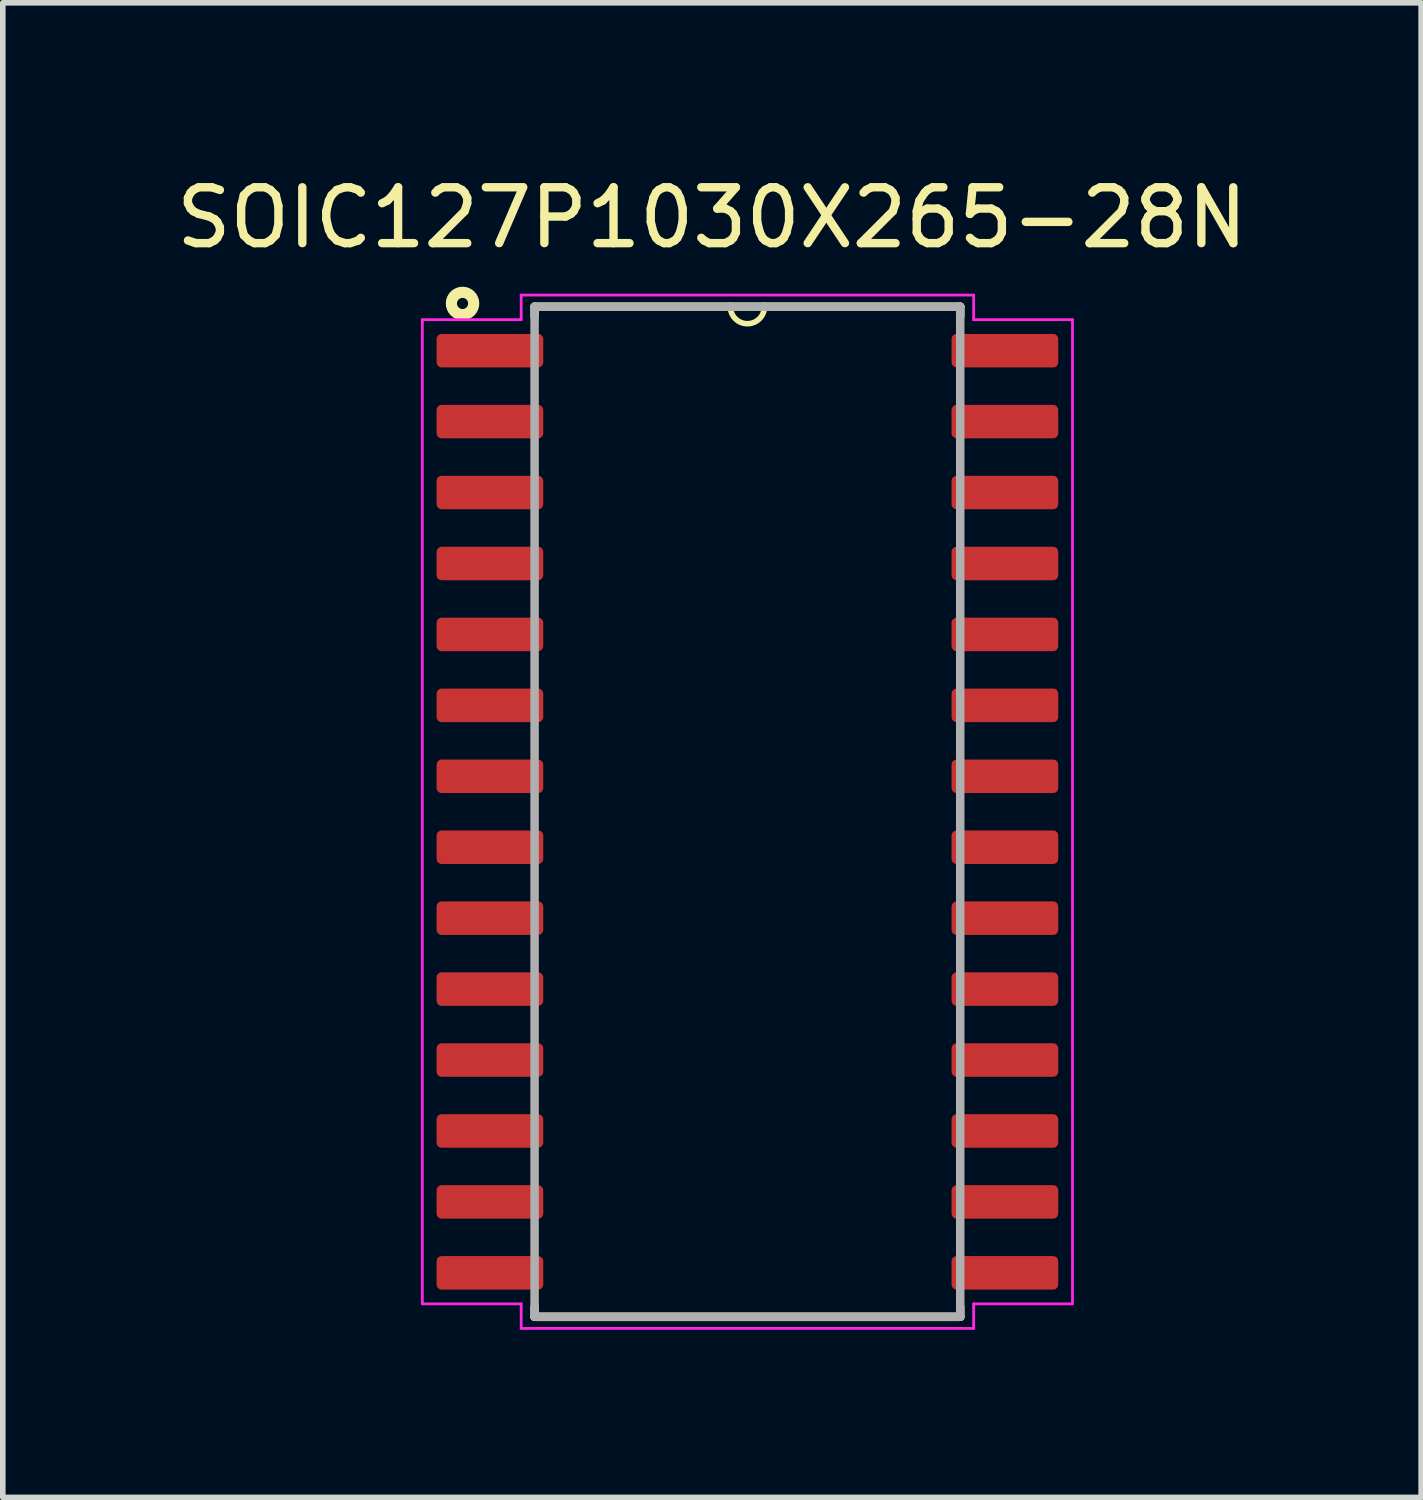
<source format=kicad_pcb>
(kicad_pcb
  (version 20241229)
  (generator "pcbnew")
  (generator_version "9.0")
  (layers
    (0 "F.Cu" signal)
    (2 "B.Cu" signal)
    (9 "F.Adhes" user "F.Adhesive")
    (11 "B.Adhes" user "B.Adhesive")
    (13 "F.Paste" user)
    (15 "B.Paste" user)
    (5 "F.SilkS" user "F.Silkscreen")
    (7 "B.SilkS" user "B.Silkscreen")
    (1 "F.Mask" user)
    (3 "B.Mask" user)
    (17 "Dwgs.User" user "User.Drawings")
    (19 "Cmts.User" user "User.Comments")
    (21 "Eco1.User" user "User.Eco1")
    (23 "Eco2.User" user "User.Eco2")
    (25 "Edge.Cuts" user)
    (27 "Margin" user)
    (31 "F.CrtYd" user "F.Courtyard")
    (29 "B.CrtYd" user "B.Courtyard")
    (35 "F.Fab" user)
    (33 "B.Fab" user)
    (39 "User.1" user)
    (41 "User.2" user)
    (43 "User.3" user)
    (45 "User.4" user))
  (footprint "SOIC127P1030X265-28N"
    (layer "F.Cu")
    (at 10.331 11.483)
    (property "Reference" "SOIC127P1030X265-28N" (at -0.635 -10.635 0) (layer "F.SilkS") (effects (font (size 1 1) (thickness 0.15))))
    (attr through_hole)
    (fp_line (start -3.81 -9.042) (end -3.81 -8.865) (stroke (width 0.152) (type solid)) (layer "F.SilkS"))
    (fp_line (start -3.81 8.865) (end -3.81 9.042) (stroke (width 0.152) (type solid)) (layer "F.SilkS"))
    (fp_line (start -3.81 9.042) (end 3.81 9.042) (stroke (width 0.152) (type solid)) (layer "F.SilkS"))
    (fp_line (start -0.305 -9.042) (end -3.81 -9.042) (stroke (width 0.152) (type solid)) (layer "F.SilkS"))
    (fp_line (start 0.305 -9.042) (end -0.305 -9.042) (stroke (width 0.152) (type solid)) (layer "F.SilkS"))
    (fp_line (start 3.81 -9.042) (end 0.305 -9.042) (stroke (width 0.152) (type solid)) (layer "F.SilkS"))
    (fp_line (start 3.81 -8.865) (end 3.81 -9.042) (stroke (width 0.152) (type solid)) (layer "F.SilkS"))
    (fp_line (start 3.81 9.042) (end 3.81 8.865) (stroke (width 0.152) (type solid)) (layer "F.SilkS"))
    (fp_arc (start 0.3048 -9.0424) (mid 0 -8.7376) (end -0.3048 -9.0424) (stroke (width 0.1) (type solid)) (layer "F.SilkS"))
    (fp_circle (center -5.1 -9.1) (end -4.9 -9.1) (stroke (width 0.2) (type solid)) (fill no) (layer "F.SilkS"))
    (fp_line (start -5.82 -8.81) (end -4.05 -8.81) (stroke (width 0.05) (type solid)) (layer "F.CrtYd"))
    (fp_line (start -5.82 8.81) (end -5.82 -8.81) (stroke (width 0.05) (type solid)) (layer "F.CrtYd"))
    (fp_line (start -4.05 -9.25) (end 4.05 -9.25) (stroke (width 0.05) (type solid)) (layer "F.CrtYd"))
    (fp_line (start -4.05 -8.81) (end -4.05 -9.25) (stroke (width 0.05) (type solid)) (layer "F.CrtYd"))
    (fp_line (start -4.05 8.81) (end -5.82 8.81) (stroke (width 0.05) (type solid)) (layer "F.CrtYd"))
    (fp_line (start -4.05 9.25) (end -4.05 8.81) (stroke (width 0.05) (type solid)) (layer "F.CrtYd"))
    (fp_line (start 4.05 -9.25) (end 4.05 -8.81) (stroke (width 0.05) (type solid)) (layer "F.CrtYd"))
    (fp_line (start 4.05 -8.81) (end 5.82 -8.81) (stroke (width 0.05) (type solid)) (layer "F.CrtYd"))
    (fp_line (start 4.05 8.81) (end 4.05 9.25) (stroke (width 0.05) (type solid)) (layer "F.CrtYd"))
    (fp_line (start 4.05 9.25) (end -4.05 9.25) (stroke (width 0.05) (type solid)) (layer "F.CrtYd"))
    (fp_line (start 5.82 -8.81) (end 5.82 8.81) (stroke (width 0.05) (type solid)) (layer "F.CrtYd"))
    (fp_line (start 5.82 8.81) (end 4.05 8.81) (stroke (width 0.05) (type solid)) (layer "F.CrtYd"))
    (fp_line (start -3.81 -9.042) (end -3.81 9.042) (stroke (width 0.152) (type solid)) (layer "F.Fab"))
    (fp_line (start -3.81 9.042) (end 3.81 9.042) (stroke (width 0.152) (type solid)) (layer "F.Fab"))
    (fp_line (start 3.81 -9.042) (end -3.81 -9.042) (stroke (width 0.152) (type solid)) (layer "F.Fab"))
    (fp_line (start 3.81 9.042) (end 3.81 -9.042) (stroke (width 0.152) (type solid)) (layer "F.Fab"))
    (pad "1" smd roundrect (at -4.61 -8.255) (size 1.91 0.6) (layers "F.Cu" "F.Mask" "F.Paste") (roundrect_rratio 0.15))
    (pad "2" smd roundrect (at -4.61 -6.985) (size 1.91 0.6) (layers "F.Cu" "F.Mask" "F.Paste") (roundrect_rratio 0.15))
    (pad "3" smd roundrect (at -4.61 -5.715) (size 1.91 0.6) (layers "F.Cu" "F.Mask" "F.Paste") (roundrect_rratio 0.15))
    (pad "4" smd roundrect (at -4.61 -4.445) (size 1.91 0.6) (layers "F.Cu" "F.Mask" "F.Paste") (roundrect_rratio 0.15))
    (pad "5" smd roundrect (at -4.61 -3.175) (size 1.91 0.6) (layers "F.Cu" "F.Mask" "F.Paste") (roundrect_rratio 0.15))
    (pad "6" smd roundrect (at -4.61 -1.905) (size 1.91 0.6) (layers "F.Cu" "F.Mask" "F.Paste") (roundrect_rratio 0.15))
    (pad "7" smd roundrect (at -4.61 -0.635) (size 1.91 0.6) (layers "F.Cu" "F.Mask" "F.Paste") (roundrect_rratio 0.15))
    (pad "8" smd roundrect (at -4.61 0.635) (size 1.91 0.6) (layers "F.Cu" "F.Mask" "F.Paste") (roundrect_rratio 0.15))
    (pad "9" smd roundrect (at -4.61 1.905) (size 1.91 0.6) (layers "F.Cu" "F.Mask" "F.Paste") (roundrect_rratio 0.15))
    (pad "10" smd roundrect (at -4.61 3.175) (size 1.91 0.6) (layers "F.Cu" "F.Mask" "F.Paste") (roundrect_rratio 0.15))
    (pad "11" smd roundrect (at -4.61 4.445) (size 1.91 0.6) (layers "F.Cu" "F.Mask" "F.Paste") (roundrect_rratio 0.15))
    (pad "12" smd roundrect (at -4.61 5.715) (size 1.91 0.6) (layers "F.Cu" "F.Mask" "F.Paste") (roundrect_rratio 0.15))
    (pad "13" smd roundrect (at -4.61 6.985) (size 1.91 0.6) (layers "F.Cu" "F.Mask" "F.Paste") (roundrect_rratio 0.15))
    (pad "14" smd roundrect (at -4.61 8.255) (size 1.91 0.6) (layers "F.Cu" "F.Mask" "F.Paste") (roundrect_rratio 0.15))
    (pad "15" smd roundrect (at 4.61 8.255) (size 1.91 0.6) (layers "F.Cu" "F.Mask" "F.Paste") (roundrect_rratio 0.15))
    (pad "16" smd roundrect (at 4.61 6.985) (size 1.91 0.6) (layers "F.Cu" "F.Mask" "F.Paste") (roundrect_rratio 0.15))
    (pad "17" smd roundrect (at 4.61 5.715) (size 1.91 0.6) (layers "F.Cu" "F.Mask" "F.Paste") (roundrect_rratio 0.15))
    (pad "18" smd roundrect (at 4.61 4.445) (size 1.91 0.6) (layers "F.Cu" "F.Mask" "F.Paste") (roundrect_rratio 0.15))
    (pad "19" smd roundrect (at 4.61 3.175) (size 1.91 0.6) (layers "F.Cu" "F.Mask" "F.Paste") (roundrect_rratio 0.15))
    (pad "20" smd roundrect (at 4.61 1.905) (size 1.91 0.6) (layers "F.Cu" "F.Mask" "F.Paste") (roundrect_rratio 0.15))
    (pad "21" smd roundrect (at 4.61 0.635) (size 1.91 0.6) (layers "F.Cu" "F.Mask" "F.Paste") (roundrect_rratio 0.15))
    (pad "22" smd roundrect (at 4.61 -0.635) (size 1.91 0.6) (layers "F.Cu" "F.Mask" "F.Paste") (roundrect_rratio 0.15))
    (pad "23" smd roundrect (at 4.61 -1.905) (size 1.91 0.6) (layers "F.Cu" "F.Mask" "F.Paste") (roundrect_rratio 0.15))
    (pad "24" smd roundrect (at 4.61 -3.175) (size 1.91 0.6) (layers "F.Cu" "F.Mask" "F.Paste") (roundrect_rratio 0.15))
    (pad "25" smd roundrect (at 4.61 -4.445) (size 1.91 0.6) (layers "F.Cu" "F.Mask" "F.Paste") (roundrect_rratio 0.15))
    (pad "26" smd roundrect (at 4.61 -5.715) (size 1.91 0.6) (layers "F.Cu" "F.Mask" "F.Paste") (roundrect_rratio 0.15))
    (pad "27" smd roundrect (at 4.61 -6.985) (size 1.91 0.6) (layers "F.Cu" "F.Mask" "F.Paste") (roundrect_rratio 0.15))
    (pad "28" smd roundrect (at 4.61 -8.255) (size 1.91 0.6) (layers "F.Cu" "F.Mask" "F.Paste") (roundrect_rratio 0.15)))
  (gr_rect
    (start -3 -3)
    (end 22.393 23.758)
    (stroke (width 0.1) (type default))
    (fill no)
    (layer "Edge.Cuts")))
</source>
